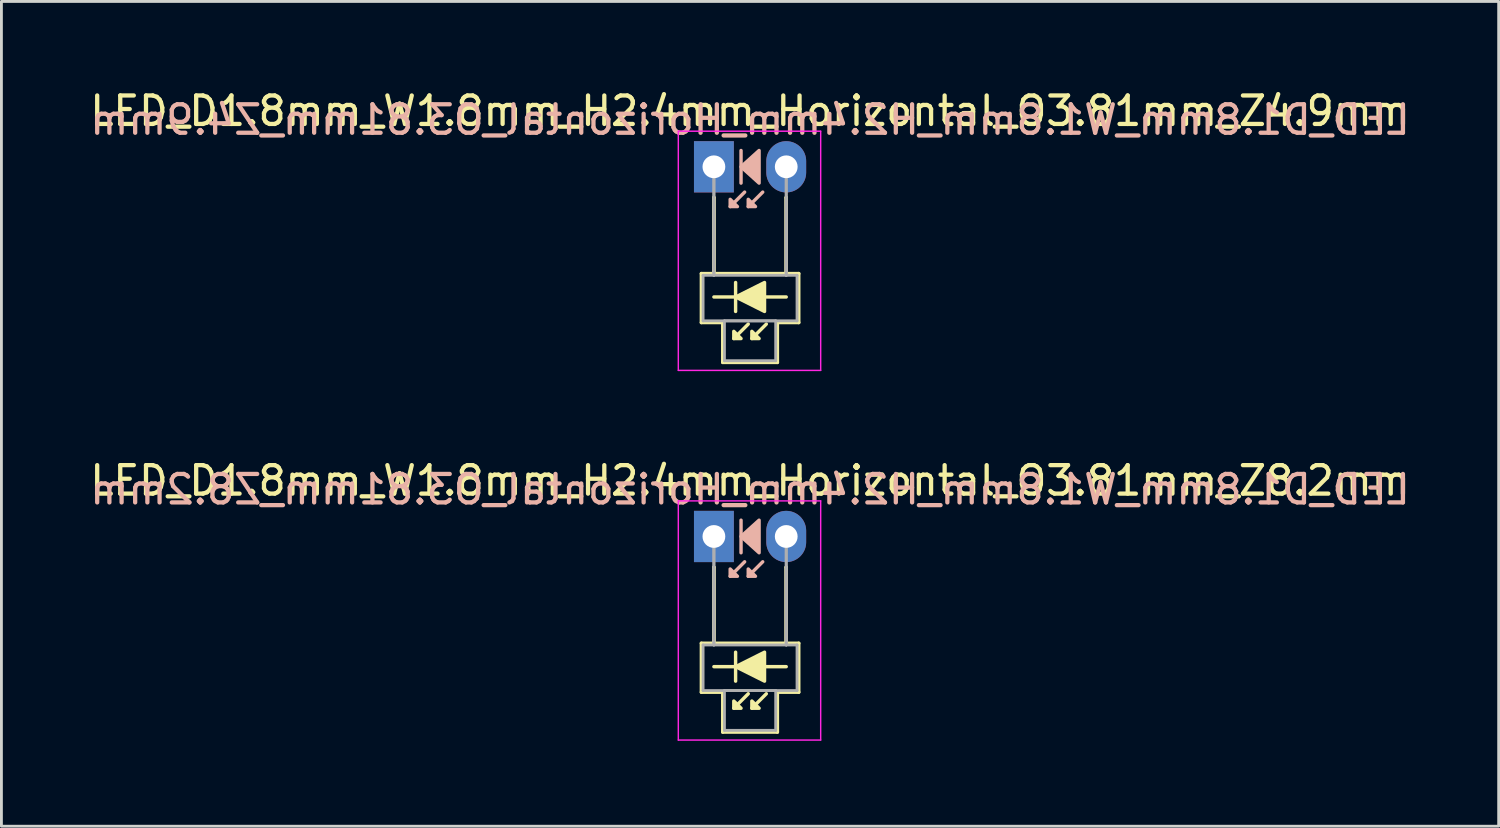
<source format=kicad_pcb>
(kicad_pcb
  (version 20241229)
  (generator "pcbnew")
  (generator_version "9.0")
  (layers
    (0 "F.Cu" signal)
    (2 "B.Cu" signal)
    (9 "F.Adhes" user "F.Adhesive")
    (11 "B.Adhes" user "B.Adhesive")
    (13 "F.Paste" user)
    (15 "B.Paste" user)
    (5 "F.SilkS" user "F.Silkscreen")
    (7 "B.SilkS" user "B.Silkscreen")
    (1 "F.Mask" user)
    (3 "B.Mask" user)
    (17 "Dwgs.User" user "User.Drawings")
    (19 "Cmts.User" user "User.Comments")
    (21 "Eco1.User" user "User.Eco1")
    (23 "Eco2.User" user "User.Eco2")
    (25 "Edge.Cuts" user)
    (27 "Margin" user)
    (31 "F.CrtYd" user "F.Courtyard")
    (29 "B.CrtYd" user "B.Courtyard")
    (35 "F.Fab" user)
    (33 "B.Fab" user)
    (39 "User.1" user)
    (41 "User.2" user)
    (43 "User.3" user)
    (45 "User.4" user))
  (footprint "LED_D1.8mm_W1.8mm_H2.4mm_Horizontal_O3.81mm_Z8.2mm"
    (layer "F.Cu")
    (at 22.022 15.791)
    (property "Reference" "LED_D1.8mm_W1.8mm_H2.4mm_Horizontal_O3.81mm_Z8.2mm" (at 1.27 -1.96 0) (layer "F.SilkS") (effects (font (size 1 1) (thickness 0.15))))
    (fp_line (start -0.44 3.75) (end -0.44 5.47) (stroke (width 0.12) (type solid)) (layer "F.SilkS"))
    (fp_line (start 0 1.08) (end 0 1.08) (stroke (width 0.12) (type solid)) (layer "F.SilkS"))
    (fp_line (start 0 1.08) (end 0 3.75) (stroke (width 0.12) (type solid)) (layer "F.SilkS"))
    (fp_line (start 0 3.75) (end 0 1.08) (stroke (width 0.12) (type solid)) (layer "F.SilkS"))
    (fp_line (start 0 3.75) (end 0 3.75) (stroke (width 0.12) (type solid)) (layer "F.SilkS"))
    (fp_line (start 0.31 5.47) (end -0.44 5.47) (stroke (width 0.12) (type solid)) (layer "F.SilkS"))
    (fp_line (start 0.31 5.47) (end 0.31 6.87) (stroke (width 0.12) (type solid)) (layer "F.SilkS"))
    (fp_line (start 0.31 6.87) (end 2.23 6.87) (stroke (width 0.12) (type solid)) (layer "F.SilkS"))
    (fp_line (start 0.762 4.064) (end 0.762 5.08) (stroke (width 0.12) (type solid)) (layer "F.SilkS"))
    (fp_line (start 1.206 5.524) (end 0.699 6.032) (stroke (width 0.12) (type solid)) (layer "F.SilkS"))
    (fp_line (start 1.841 5.524) (end 1.333 6.032) (stroke (width 0.12) (type solid)) (layer "F.SilkS"))
    (fp_line (start 2.23 6.87) (end 2.23 5.47) (stroke (width 0.12) (type solid)) (layer "F.SilkS"))
    (fp_line (start 2.54 1.08) (end 2.54 1.08) (stroke (width 0.12) (type solid)) (layer "F.SilkS"))
    (fp_line (start 2.54 1.08) (end 2.54 3.75) (stroke (width 0.12) (type solid)) (layer "F.SilkS"))
    (fp_line (start 2.54 3.75) (end 2.54 1.08) (stroke (width 0.12) (type solid)) (layer "F.SilkS"))
    (fp_line (start 2.54 3.75) (end 2.54 3.75) (stroke (width 0.12) (type solid)) (layer "F.SilkS"))
    (fp_line (start 2.54 4.572) (end 0 4.572) (stroke (width 0.12) (type solid)) (layer "F.SilkS"))
    (fp_line (start 2.98 3.75) (end -0.44 3.75) (stroke (width 0.12) (type solid)) (layer "F.SilkS"))
    (fp_line (start 2.98 5.47) (end 2.23 5.47) (stroke (width 0.12) (type solid)) (layer "F.SilkS"))
    (fp_line (start 2.98 5.47) (end 2.98 3.75) (stroke (width 0.12) (type solid)) (layer "F.SilkS"))
    (fp_poly (pts (xy 0.699 5.779) (xy 0.953 6.032) (xy 0.699 6.032)) (stroke (width 0.12) (type solid)) (fill yes) (layer "F.SilkS"))
    (fp_poly (pts (xy 1.333 5.779) (xy 1.587 6.032) (xy 1.333 6.032)) (stroke (width 0.12) (type solid)) (fill yes) (layer "F.SilkS"))
    (fp_poly (pts (xy 1.778 5.08) (xy 0.762 4.572) (xy 1.778 4.064)) (stroke (width 0.12) (type solid)) (fill yes) (layer "F.SilkS"))
    (fp_line (start 0.953 -0.572) (end 0.953 0.572) (stroke (width 0.12) (type solid)) (layer "B.SilkS"))
    (fp_line (start 1.079 0.889) (end 0.572 1.397) (stroke (width 0.12) (type solid)) (layer "B.SilkS"))
    (fp_line (start 1.714 0.889) (end 1.206 1.397) (stroke (width 0.12) (type solid)) (layer "B.SilkS"))
    (fp_poly (pts (xy 0.572 1.143) (xy 0.826 1.397) (xy 0.572 1.397)) (stroke (width 0.12) (type solid)) (fill yes) (layer "B.SilkS"))
    (fp_poly (pts (xy 1.206 1.143) (xy 1.46 1.397) (xy 1.206 1.397)) (stroke (width 0.12) (type solid)) (fill yes) (layer "B.SilkS"))
    (fp_poly (pts (xy 1.587 0.572) (xy 0.953 0) (xy 1.587 -0.572)) (stroke (width 0.12) (type solid)) (fill yes) (layer "B.SilkS"))
    (fp_line (start -1.25 -1.25) (end -1.25 7.15) (stroke (width 0.05) (type solid)) (layer "F.CrtYd"))
    (fp_line (start -1.25 7.15) (end 3.75 7.15) (stroke (width 0.05) (type solid)) (layer "F.CrtYd"))
    (fp_line (start 3.75 -1.25) (end -1.25 -1.25) (stroke (width 0.05) (type solid)) (layer "F.CrtYd"))
    (fp_line (start 3.75 7.15) (end 3.75 -1.25) (stroke (width 0.05) (type solid)) (layer "F.CrtYd"))
    (fp_line (start -0.38 3.81) (end -0.38 5.41) (stroke (width 0.1) (type solid)) (layer "F.Fab"))
    (fp_line (start -0.38 5.41) (end 2.92 5.41) (stroke (width 0.1) (type solid)) (layer "F.Fab"))
    (fp_line (start 0 0) (end 0 0) (stroke (width 0.1) (type solid)) (layer "F.Fab"))
    (fp_line (start 0 0) (end 0 3.81) (stroke (width 0.1) (type solid)) (layer "F.Fab"))
    (fp_line (start 0 3.81) (end 0 0) (stroke (width 0.1) (type solid)) (layer "F.Fab"))
    (fp_line (start 0 3.81) (end 0 3.81) (stroke (width 0.1) (type solid)) (layer "F.Fab"))
    (fp_line (start 0.37 5.41) (end 0.37 6.81) (stroke (width 0.1) (type solid)) (layer "F.Fab"))
    (fp_line (start 0.37 6.81) (end 2.17 6.81) (stroke (width 0.1) (type solid)) (layer "F.Fab"))
    (fp_line (start 2.17 5.41) (end 0.37 5.41) (stroke (width 0.1) (type solid)) (layer "F.Fab"))
    (fp_line (start 2.17 6.81) (end 2.17 5.41) (stroke (width 0.1) (type solid)) (layer "F.Fab"))
    (fp_line (start 2.54 0) (end 2.54 0) (stroke (width 0.1) (type solid)) (layer "F.Fab"))
    (fp_line (start 2.54 0) (end 2.54 3.81) (stroke (width 0.1) (type solid)) (layer "F.Fab"))
    (fp_line (start 2.54 3.81) (end 2.54 0) (stroke (width 0.1) (type solid)) (layer "F.Fab"))
    (fp_line (start 2.54 3.81) (end 2.54 3.81) (stroke (width 0.1) (type solid)) (layer "F.Fab"))
    (fp_line (start 2.92 3.81) (end -0.38 3.81) (stroke (width 0.1) (type solid)) (layer "F.Fab"))
    (fp_line (start 2.92 5.41) (end 2.92 3.81) (stroke (width 0.1) (type solid)) (layer "F.Fab"))
    (fp_text user "${REFERENCE}" (at 1.27 -1.651 0) (layer "B.SilkS") (effects (font (size 1 1) (thickness 0.15)) (justify mirror)))
    (pad "1" thru_hole rect (at 0 0) (size 1.4 1.8) (drill 0.8) (layers "*.Cu" "*.Mask"))
    (pad "2" thru_hole oval (at 2.54 0) (size 1.4 1.8) (drill 0.8) (layers "*.Cu" "*.Mask")))
  (footprint "LED_D1.8mm_W1.8mm_H2.4mm_Horizontal_O3.81mm_Z4.9mm"
    (layer "F.Cu")
    (at 22.022 2.808)
    (property "Reference" "LED_D1.8mm_W1.8mm_H2.4mm_Horizontal_O3.81mm_Z4.9mm" (at 1.27 -1.96 0) (layer "F.SilkS") (effects (font (size 1 1) (thickness 0.15))))
    (fp_line (start -0.44 3.75) (end -0.44 5.47) (stroke (width 0.12) (type solid)) (layer "F.SilkS"))
    (fp_line (start 0 1.08) (end 0 1.08) (stroke (width 0.12) (type solid)) (layer "F.SilkS"))
    (fp_line (start 0 1.08) (end 0 3.75) (stroke (width 0.12) (type solid)) (layer "F.SilkS"))
    (fp_line (start 0 3.75) (end 0 1.08) (stroke (width 0.12) (type solid)) (layer "F.SilkS"))
    (fp_line (start 0 3.75) (end 0 3.75) (stroke (width 0.12) (type solid)) (layer "F.SilkS"))
    (fp_line (start 0.31 5.47) (end -0.44 5.47) (stroke (width 0.12) (type solid)) (layer "F.SilkS"))
    (fp_line (start 0.31 5.47) (end 0.31 6.87) (stroke (width 0.12) (type solid)) (layer "F.SilkS"))
    (fp_line (start 0.31 6.87) (end 2.23 6.87) (stroke (width 0.12) (type solid)) (layer "F.SilkS"))
    (fp_line (start 0.762 4.064) (end 0.762 5.08) (stroke (width 0.12) (type solid)) (layer "F.SilkS"))
    (fp_line (start 1.206 5.524) (end 0.699 6.032) (stroke (width 0.12) (type solid)) (layer "F.SilkS"))
    (fp_line (start 1.841 5.524) (end 1.333 6.032) (stroke (width 0.12) (type solid)) (layer "F.SilkS"))
    (fp_line (start 2.23 6.87) (end 2.23 5.47) (stroke (width 0.12) (type solid)) (layer "F.SilkS"))
    (fp_line (start 2.54 1.08) (end 2.54 1.08) (stroke (width 0.12) (type solid)) (layer "F.SilkS"))
    (fp_line (start 2.54 1.08) (end 2.54 3.75) (stroke (width 0.12) (type solid)) (layer "F.SilkS"))
    (fp_line (start 2.54 3.75) (end 2.54 1.08) (stroke (width 0.12) (type solid)) (layer "F.SilkS"))
    (fp_line (start 2.54 3.75) (end 2.54 3.75) (stroke (width 0.12) (type solid)) (layer "F.SilkS"))
    (fp_line (start 2.54 4.572) (end 0 4.572) (stroke (width 0.12) (type solid)) (layer "F.SilkS"))
    (fp_line (start 2.98 3.75) (end -0.44 3.75) (stroke (width 0.12) (type solid)) (layer "F.SilkS"))
    (fp_line (start 2.98 5.47) (end 2.23 5.47) (stroke (width 0.12) (type solid)) (layer "F.SilkS"))
    (fp_line (start 2.98 5.47) (end 2.98 3.75) (stroke (width 0.12) (type solid)) (layer "F.SilkS"))
    (fp_poly (pts (xy 0.699 5.779) (xy 0.953 6.032) (xy 0.699 6.032)) (stroke (width 0.12) (type solid)) (fill yes) (layer "F.SilkS"))
    (fp_poly (pts (xy 1.333 5.779) (xy 1.587 6.032) (xy 1.333 6.032)) (stroke (width 0.12) (type solid)) (fill yes) (layer "F.SilkS"))
    (fp_poly (pts (xy 1.778 5.08) (xy 0.762 4.572) (xy 1.778 4.064)) (stroke (width 0.12) (type solid)) (fill yes) (layer "F.SilkS"))
    (fp_line (start 0.953 -0.572) (end 0.953 0.572) (stroke (width 0.12) (type solid)) (layer "B.SilkS"))
    (fp_line (start 1.079 0.889) (end 0.572 1.397) (stroke (width 0.12) (type solid)) (layer "B.SilkS"))
    (fp_line (start 1.714 0.889) (end 1.206 1.397) (stroke (width 0.12) (type solid)) (layer "B.SilkS"))
    (fp_poly (pts (xy 0.572 1.143) (xy 0.826 1.397) (xy 0.572 1.397)) (stroke (width 0.12) (type solid)) (fill yes) (layer "B.SilkS"))
    (fp_poly (pts (xy 1.206 1.143) (xy 1.46 1.397) (xy 1.206 1.397)) (stroke (width 0.12) (type solid)) (fill yes) (layer "B.SilkS"))
    (fp_poly (pts (xy 1.587 0.572) (xy 0.953 0) (xy 1.587 -0.572)) (stroke (width 0.12) (type solid)) (fill yes) (layer "B.SilkS"))
    (fp_line (start -1.25 -1.25) (end -1.25 7.15) (stroke (width 0.05) (type solid)) (layer "F.CrtYd"))
    (fp_line (start -1.25 7.15) (end 3.75 7.15) (stroke (width 0.05) (type solid)) (layer "F.CrtYd"))
    (fp_line (start 3.75 -1.25) (end -1.25 -1.25) (stroke (width 0.05) (type solid)) (layer "F.CrtYd"))
    (fp_line (start 3.75 7.15) (end 3.75 -1.25) (stroke (width 0.05) (type solid)) (layer "F.CrtYd"))
    (fp_line (start -0.38 3.81) (end -0.38 5.41) (stroke (width 0.1) (type solid)) (layer "F.Fab"))
    (fp_line (start -0.38 5.41) (end 2.92 5.41) (stroke (width 0.1) (type solid)) (layer "F.Fab"))
    (fp_line (start 0 0) (end 0 0) (stroke (width 0.1) (type solid)) (layer "F.Fab"))
    (fp_line (start 0 0) (end 0 3.81) (stroke (width 0.1) (type solid)) (layer "F.Fab"))
    (fp_line (start 0 3.81) (end 0 0) (stroke (width 0.1) (type solid)) (layer "F.Fab"))
    (fp_line (start 0 3.81) (end 0 3.81) (stroke (width 0.1) (type solid)) (layer "F.Fab"))
    (fp_line (start 0.37 5.41) (end 0.37 6.81) (stroke (width 0.1) (type solid)) (layer "F.Fab"))
    (fp_line (start 0.37 6.81) (end 2.17 6.81) (stroke (width 0.1) (type solid)) (layer "F.Fab"))
    (fp_line (start 2.17 5.41) (end 0.37 5.41) (stroke (width 0.1) (type solid)) (layer "F.Fab"))
    (fp_line (start 2.17 6.81) (end 2.17 5.41) (stroke (width 0.1) (type solid)) (layer "F.Fab"))
    (fp_line (start 2.54 0) (end 2.54 0) (stroke (width 0.1) (type solid)) (layer "F.Fab"))
    (fp_line (start 2.54 0) (end 2.54 3.81) (stroke (width 0.1) (type solid)) (layer "F.Fab"))
    (fp_line (start 2.54 3.81) (end 2.54 0) (stroke (width 0.1) (type solid)) (layer "F.Fab"))
    (fp_line (start 2.54 3.81) (end 2.54 3.81) (stroke (width 0.1) (type solid)) (layer "F.Fab"))
    (fp_line (start 2.92 3.81) (end -0.38 3.81) (stroke (width 0.1) (type solid)) (layer "F.Fab"))
    (fp_line (start 2.92 5.41) (end 2.92 3.81) (stroke (width 0.1) (type solid)) (layer "F.Fab"))
    (fp_text user "${REFERENCE}" (at 1.27 -1.651 0) (layer "B.SilkS") (effects (font (size 1 1) (thickness 0.15)) (justify mirror)))
    (pad "1" thru_hole rect (at 0 0) (size 1.4 1.8) (drill 0.8) (layers "*.Cu" "*.Mask"))
    (pad "2" thru_hole oval (at 2.54 0) (size 1.4 1.8) (drill 0.8) (layers "*.Cu" "*.Mask")))
  (gr_rect
    (start -3 -3)
    (end 49.583 25.966)
    (stroke (width 0.1) (type default))
    (fill no)
    (layer "Edge.Cuts")))
</source>
